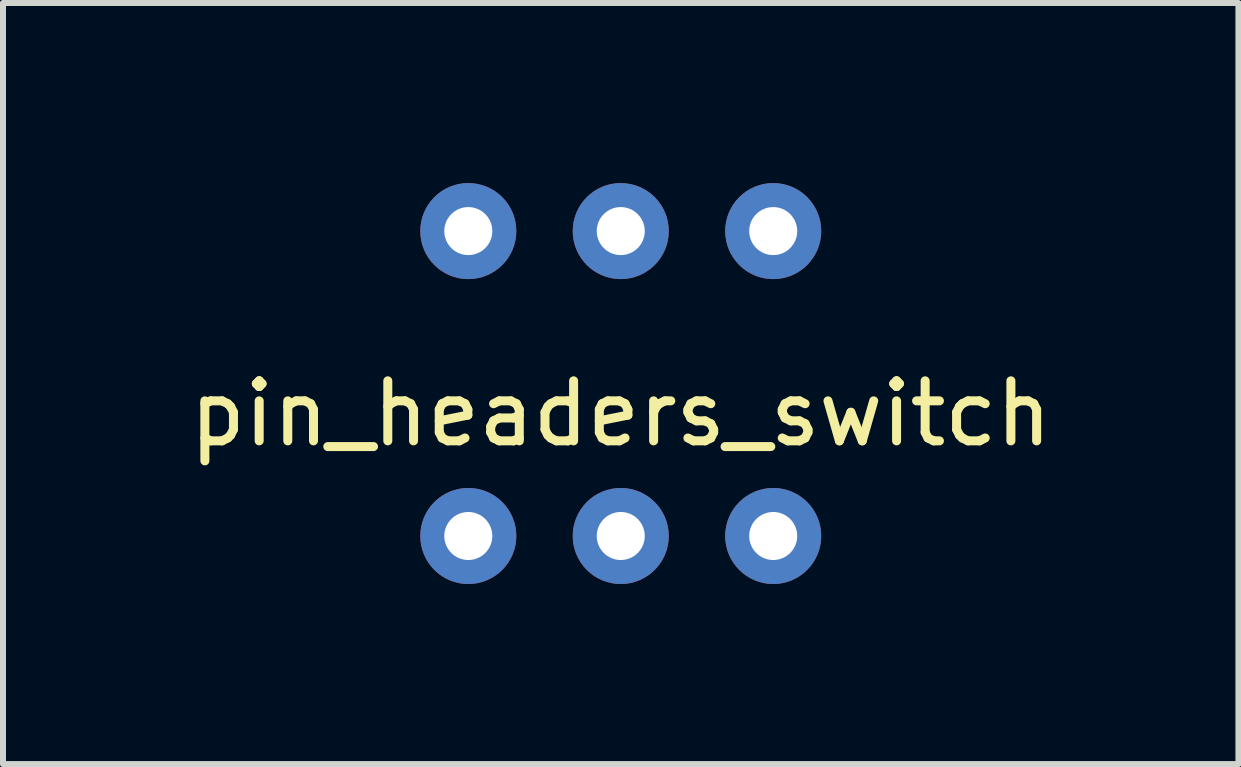
<source format=kicad_pcb>
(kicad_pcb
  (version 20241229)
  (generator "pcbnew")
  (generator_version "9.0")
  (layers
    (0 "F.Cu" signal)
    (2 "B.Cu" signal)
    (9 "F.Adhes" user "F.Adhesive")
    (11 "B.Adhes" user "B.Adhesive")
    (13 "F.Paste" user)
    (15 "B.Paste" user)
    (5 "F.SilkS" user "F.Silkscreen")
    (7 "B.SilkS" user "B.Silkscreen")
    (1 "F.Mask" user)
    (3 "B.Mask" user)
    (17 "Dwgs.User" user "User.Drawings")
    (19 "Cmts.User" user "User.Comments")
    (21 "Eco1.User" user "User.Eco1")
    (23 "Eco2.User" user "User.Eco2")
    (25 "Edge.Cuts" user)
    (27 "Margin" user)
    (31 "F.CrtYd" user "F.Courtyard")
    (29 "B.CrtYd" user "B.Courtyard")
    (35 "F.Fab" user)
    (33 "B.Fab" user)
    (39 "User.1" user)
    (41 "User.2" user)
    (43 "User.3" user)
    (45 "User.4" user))
  (footprint "pin_headers_switch"
    (layer "F.Cu")
    (at 7.292 3.34)
    (property "Reference" "pin_headers_switch" (at 0 0.5 0) (layer "F.SilkS") (effects (font (size 1 1) (thickness 0.15))))
    (attr through_hole)
    (pad "1" thru_hole circle (at 2.54 2.54) (size 1.6 1.6) (drill 0.8) (layers "*.Cu" "*.Mask"))
    (pad "2" thru_hole circle (at 0 2.54) (size 1.6 1.6) (drill 0.8) (layers "*.Cu" "*.Mask"))
    (pad "3" thru_hole circle (at -2.54 2.54) (size 1.6 1.6) (drill 0.8) (layers "*.Cu" "*.Mask"))
    (pad "4" thru_hole circle (at 2.54 -2.54) (size 1.6 1.6) (drill 0.8) (layers "*.Cu" "*.Mask"))
    (pad "5" thru_hole circle (at 0 -2.54) (size 1.6 1.6) (drill 0.8) (layers "*.Cu" "*.Mask"))
    (pad "6" thru_hole circle (at -2.54 -2.54) (size 1.6 1.6) (drill 0.8) (layers "*.Cu" "*.Mask")))
  (gr_rect
    (start -3 -3)
    (end 17.583 9.68)
    (stroke (width 0.1) (type default))
    (fill no)
    (layer "Edge.Cuts")))
</source>
